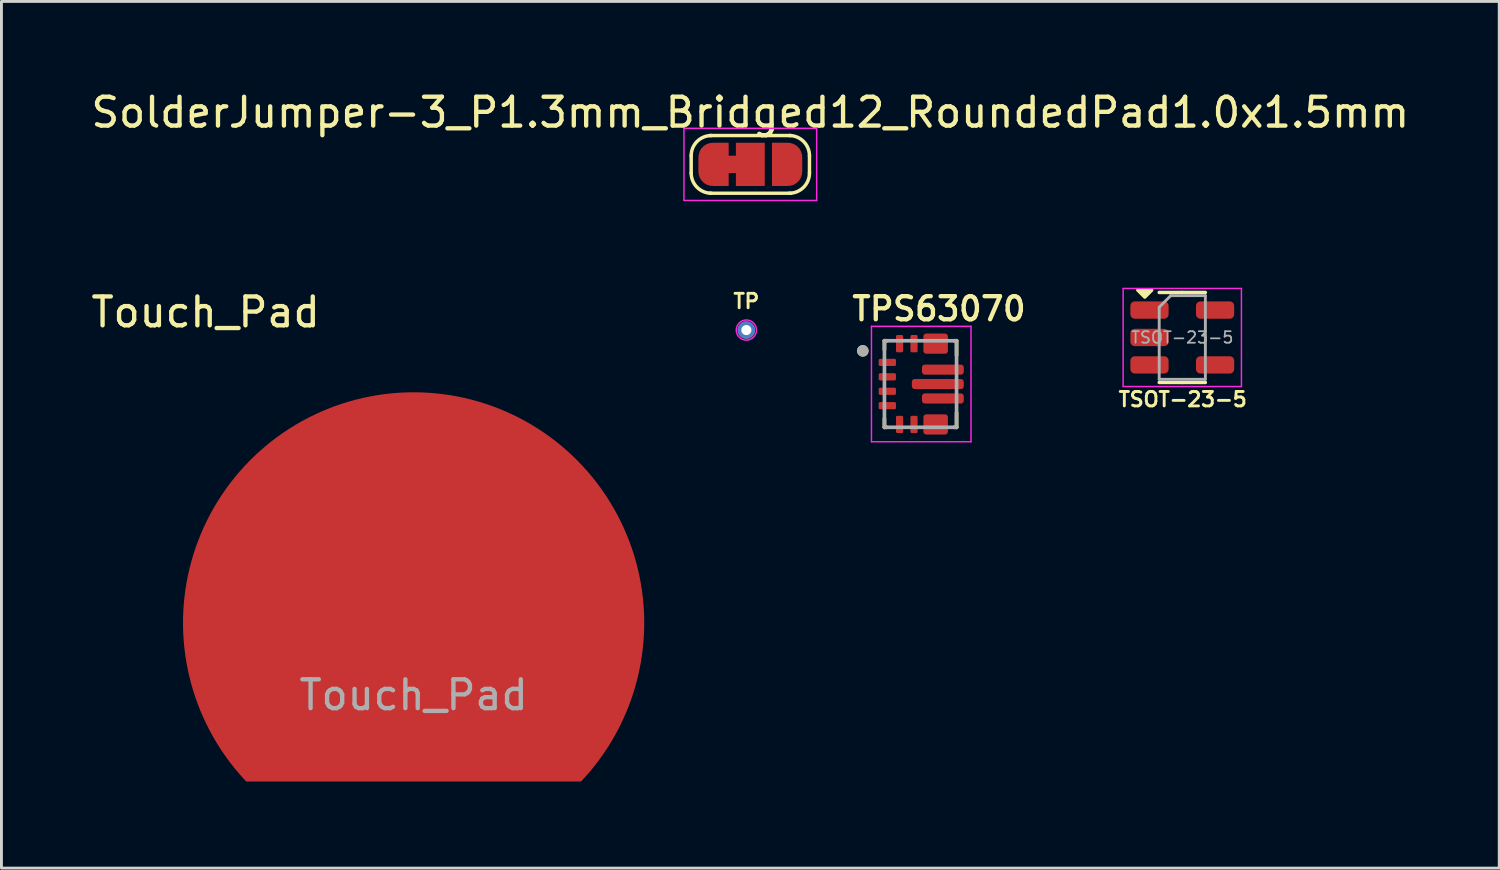
<source format=kicad_pcb>
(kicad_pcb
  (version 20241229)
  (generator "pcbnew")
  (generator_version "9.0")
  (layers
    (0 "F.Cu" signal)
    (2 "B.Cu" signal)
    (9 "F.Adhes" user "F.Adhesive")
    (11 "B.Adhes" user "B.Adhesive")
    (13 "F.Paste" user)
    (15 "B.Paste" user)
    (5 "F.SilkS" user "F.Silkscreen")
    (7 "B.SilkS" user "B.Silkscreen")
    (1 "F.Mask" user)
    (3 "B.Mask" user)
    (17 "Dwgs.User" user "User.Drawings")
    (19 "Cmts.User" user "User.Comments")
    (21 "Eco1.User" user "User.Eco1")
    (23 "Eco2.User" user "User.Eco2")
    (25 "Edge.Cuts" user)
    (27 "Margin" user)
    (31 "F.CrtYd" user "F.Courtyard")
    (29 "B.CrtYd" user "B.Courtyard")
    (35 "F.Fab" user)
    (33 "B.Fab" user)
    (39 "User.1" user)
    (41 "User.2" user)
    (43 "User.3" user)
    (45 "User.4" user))
  (footprint "TPS63070"
    (layer "F.Cu")
    (at 28.857 10.262)
    (property "Reference" "TPS63070" (at 0.64 -2.608 0) (layer "F.SilkS") (effects (font (size 0.8 0.8) (thickness 0.15))))
    (attr smd)
    (fp_line (start -1.25 -1.5) (end -1.25 -1.195) (stroke (width 0.127) (type solid)) (layer "F.SilkS"))
    (fp_line (start -1.25 1.5) (end -1.25 1.195) (stroke (width 0.127) (type solid)) (layer "F.SilkS"))
    (fp_line (start -1.17 -1.5) (end -1.25 -1.5) (stroke (width 0.127) (type solid)) (layer "F.SilkS"))
    (fp_line (start -1.17 1.5) (end -1.25 1.5) (stroke (width 0.127) (type solid)) (layer "F.SilkS"))
    (fp_line (start 1.17 -1.5) (end 1.25 -1.5) (stroke (width 0.127) (type solid)) (layer "F.SilkS"))
    (fp_line (start 1.25 -1.5) (end 1.25 -0.995) (stroke (width 0.127) (type solid)) (layer "F.SilkS"))
    (fp_line (start 1.25 0.995) (end 1.25 1.5) (stroke (width 0.127) (type solid)) (layer "F.SilkS"))
    (fp_line (start 1.25 1.5) (end 1.17 1.5) (stroke (width 0.127) (type solid)) (layer "F.SilkS"))
    (fp_circle (center -2 -1.15) (end -1.9 -1.15) (stroke (width 0.2) (type solid)) (fill no) (layer "F.SilkS"))
    (fp_line (start -1.7 -2) (end 1.75 -2) (stroke (width 0.05) (type solid)) (layer "F.CrtYd"))
    (fp_line (start -1.7 2) (end -1.7 -2) (stroke (width 0.05) (type solid)) (layer "F.CrtYd"))
    (fp_line (start 1.75 -2) (end 1.75 2) (stroke (width 0.05) (type solid)) (layer "F.CrtYd"))
    (fp_line (start 1.75 2) (end -1.7 2) (stroke (width 0.05) (type solid)) (layer "F.CrtYd"))
    (fp_line (start -1.25 -1.5) (end 1.25 -1.5) (stroke (width 0.127) (type solid)) (layer "F.Fab"))
    (fp_line (start -1.25 1.5) (end -1.25 -1.5) (stroke (width 0.127) (type solid)) (layer "F.Fab"))
    (fp_line (start 1.25 -1.5) (end 1.25 1.5) (stroke (width 0.127) (type solid)) (layer "F.Fab"))
    (fp_line (start 1.25 1.5) (end -1.25 1.5) (stroke (width 0.127) (type solid)) (layer "F.Fab"))
    (fp_circle (center -2 -1.15) (end -1.9 -1.15) (stroke (width 0.2) (type solid)) (fill no) (layer "F.Fab"))
    (pad "1" smd roundrect (at -1.15 -0.75) (size 0.6 0.25) (layers "F.Cu" "F.Mask" "F.Paste") (roundrect_rratio 0.2))
    (pad "2" smd roundrect (at -1.15 -0.25) (size 0.6 0.25) (layers "F.Cu" "F.Mask" "F.Paste") (roundrect_rratio 0.2))
    (pad "3" smd roundrect (at -1.15 0.25) (size 0.6 0.25) (layers "F.Cu" "F.Mask" "F.Paste") (roundrect_rratio 0.2))
    (pad "4" smd roundrect (at -1.15 0.75) (size 0.6 0.25) (layers "F.Cu" "F.Mask" "F.Paste") (roundrect_rratio 0.2))
    (pad "5" smd roundrect (at -0.725 1.4) (size 0.25 0.6) (layers "F.Cu" "F.Mask" "F.Paste") (roundrect_rratio 0.2))
    (pad "6" smd roundrect (at -0.225 1.4) (size 0.25 0.6) (layers "F.Cu" "F.Mask" "F.Paste") (roundrect_rratio 0.2))
    (pad "7,8" smd roundrect (at 0.275 1.4) (size 0.25 0.6) (layers "F.Cu" "F.Mask" "F.Paste") (roundrect_rratio 0.2))
    (pad "7,8" smd roundrect (at 0.51 1.225 90) (size 0.25 0.6) (layers "F.Cu" "F.Mask" "F.Paste") (roundrect_rratio 0.2))
    (pad "7,8" smd roundrect (at 0.525 1.4) (size 0.85 0.7) (layers "F.Cu") (roundrect_rratio 0.143))
    (pad "7,8" smd roundrect (at 0.775 1.4) (size 0.25 0.6) (layers "F.Cu" "F.Mask" "F.Paste") (roundrect_rratio 0.2))
    (pad "9" smd roundrect (at 0.388 0.5) (size 0.575 0.25) (layers "F.Cu" "F.Paste") (roundrect_rratio 0.2))
    (pad "9" smd roundrect (at 0.775 0.5) (size 1.45 0.35) (layers "F.Cu" "F.Mask") (roundrect_rratio 0.286))
    (pad "9" smd roundrect (at 1.163 0.5) (size 0.575 0.25) (layers "F.Cu" "F.Paste") (roundrect_rratio 0.2))
    (pad "10" smd roundrect (at 0.14 0) (size 0.72 0.25) (layers "F.Cu" "F.Paste") (roundrect_rratio 0.2))
    (pad "10" smd roundrect (at 0.6 0) (size 1.8 0.35) (layers "F.Cu" "F.Mask") (roundrect_rratio 0.286))
    (pad "10" smd roundrect (at 1.06 0) (size 0.72 0.25) (layers "F.Cu" "F.Paste") (roundrect_rratio 0.2))
    (pad "11" smd roundrect (at 0.388 -0.5) (size 0.575 0.25) (layers "F.Cu" "F.Paste") (roundrect_rratio 0.2))
    (pad "11" smd roundrect (at 0.775 -0.5) (size 1.45 0.35) (layers "F.Cu" "F.Mask") (roundrect_rratio 0.286))
    (pad "11" smd roundrect (at 1.163 -0.5) (size 0.575 0.25) (layers "F.Cu" "F.Paste") (roundrect_rratio 0.2))
    (pad "12,13" smd roundrect (at 0.275 -1.4) (size 0.25 0.6) (layers "F.Cu" "F.Mask" "F.Paste") (roundrect_rratio 0.2))
    (pad "12,13" smd roundrect (at 0.51 -1.225 90) (size 0.25 0.6) (layers "F.Cu" "F.Mask" "F.Paste") (roundrect_rratio 0.2))
    (pad "12,13" smd roundrect (at 0.525 -1.4) (size 0.85 0.7) (layers "F.Cu") (roundrect_rratio 0.143))
    (pad "12,13" smd roundrect (at 0.775 -1.4) (size 0.25 0.6) (layers "F.Cu" "F.Mask" "F.Paste") (roundrect_rratio 0.2))
    (pad "14" smd roundrect (at -0.225 -1.4) (size 0.25 0.6) (layers "F.Cu" "F.Mask" "F.Paste") (roundrect_rratio 0.2))
    (pad "15" smd roundrect (at -0.725 -1.4) (size 0.25 0.6) (layers "F.Cu" "F.Mask" "F.Paste") (roundrect_rratio 0.2)))
  (footprint "Touch_Pad"
    (layer "F.Cu")
    (at 11.287 18.541)
    (property "Reference" "Touch_Pad" (at -7.21 -10.77 0) (unlocked yes) (layer "F.SilkS") (effects (font (size 1 1) (thickness 0.15))))
    (fp_text user "${REFERENCE}" (at 0 2.5 0) (unlocked yes) (layer "F.Fab") (effects (font (size 1 1) (thickness 0.15))))
    (pad "1" smd custom (at 0 0) (size 2 2) (layers "F.Cu") (options (anchor circle)) (primitives (gr_poly (pts (arc (start 5.8 5.5) (mid 0 -7.993122) (end -5.8 5.5))) (width 0) (fill yes)))))
  (footprint "TSOT-23-5"
    (layer "F.Cu")
    (at 37.931 8.648)
    (property "Reference" "TSOT-23-5" (at 0.015 2.145 180) (layer "F.SilkS") (effects (font (size 0.5 0.5) (thickness 0.1))))
    (attr smd)
    (fp_line (start 0 -1.56) (end -0.8 -1.56) (stroke (width 0.12) (type solid)) (layer "F.SilkS"))
    (fp_line (start 0 -1.56) (end 0.8 -1.56) (stroke (width 0.12) (type solid)) (layer "F.SilkS"))
    (fp_line (start 0 1.56) (end -0.8 1.56) (stroke (width 0.12) (type solid)) (layer "F.SilkS"))
    (fp_line (start 0 1.56) (end 0.8 1.56) (stroke (width 0.12) (type solid)) (layer "F.SilkS"))
    (fp_poly (pts (xy -1.3 -1.4) (xy -1.54 -1.64) (xy -1.06 -1.64) (xy -1.3 -1.4)) (stroke (width 0.12) (type solid)) (fill yes) (layer "F.SilkS"))
    (fp_line (start -2.05 -1.7) (end -2.05 1.7) (stroke (width 0.05) (type solid)) (layer "F.CrtYd"))
    (fp_line (start -2.05 1.7) (end 2.05 1.7) (stroke (width 0.05) (type solid)) (layer "F.CrtYd"))
    (fp_line (start 2.05 -1.7) (end -2.05 -1.7) (stroke (width 0.05) (type solid)) (layer "F.CrtYd"))
    (fp_line (start 2.05 1.7) (end 2.05 -1.7) (stroke (width 0.05) (type solid)) (layer "F.CrtYd"))
    (fp_line (start -0.8 -1.05) (end -0.4 -1.45) (stroke (width 0.1) (type solid)) (layer "F.Fab"))
    (fp_line (start -0.8 1.45) (end -0.8 -1.05) (stroke (width 0.1) (type solid)) (layer "F.Fab"))
    (fp_line (start -0.4 -1.45) (end 0.8 -1.45) (stroke (width 0.1) (type solid)) (layer "F.Fab"))
    (fp_line (start 0.8 -1.45) (end 0.8 1.45) (stroke (width 0.1) (type solid)) (layer "F.Fab"))
    (fp_line (start 0.8 1.45) (end -0.8 1.45) (stroke (width 0.1) (type solid)) (layer "F.Fab"))
    (fp_text user "${REFERENCE}" (at 0 0 0) (layer "F.Fab") (effects (font (size 0.4 0.4) (thickness 0.06))))
    (pad "1" smd roundrect (at -1.137 -0.95) (size 1.325 0.6) (layers "F.Cu" "F.Mask" "F.Paste") (roundrect_rratio 0.25))
    (pad "2" smd roundrect (at -1.137 0) (size 1.325 0.6) (layers "F.Cu" "F.Mask" "F.Paste") (roundrect_rratio 0.25))
    (pad "3" smd roundrect (at -1.137 0.95) (size 1.325 0.6) (layers "F.Cu" "F.Mask" "F.Paste") (roundrect_rratio 0.25))
    (pad "4" smd roundrect (at 1.137 0.95) (size 1.325 0.6) (layers "F.Cu" "F.Mask" "F.Paste") (roundrect_rratio 0.25))
    (pad "5" smd roundrect (at 1.137 -0.95) (size 1.325 0.6) (layers "F.Cu" "F.Mask" "F.Paste") (roundrect_rratio 0.25)))
  (footprint "SolderJumper-3_P1.3mm_Bridged12_RoundedPad1.0x1.5mm"
    (layer "F.Cu")
    (at 22.958 2.648)
    (property "Reference" "SolderJumper-3_P1.3mm_Bridged12_RoundedPad1.0x1.5mm" (at 0 -1.8 0) (layer "F.SilkS") (effects (font (size 1 1) (thickness 0.15))))
    (attr exclude_from_pos_files exclude_from_bom allow_soldermask_bridges)
    (fp_poly (pts (xy -0.9 -0.3) (xy -0.4 -0.3) (xy -0.4 0.3) (xy -0.9 0.3)) (stroke (width 0) (type solid)) (fill yes) (layer "F.Cu"))
    (fp_rect (start -0.75 -0.75) (end 0.75 0.75) (stroke (width 0) (type default)) (fill yes) (layer "F.Mask"))
    (fp_line (start -2.05 0.3) (end -2.05 -0.3) (stroke (width 0.12) (type solid)) (layer "F.SilkS"))
    (fp_line (start -1.4 -1) (end 1.4 -1) (stroke (width 0.12) (type solid)) (layer "F.SilkS"))
    (fp_line (start 1.4 1) (end -1.4 1) (stroke (width 0.12) (type solid)) (layer "F.SilkS"))
    (fp_line (start 2.05 -0.3) (end 2.05 0.3) (stroke (width 0.12) (type solid)) (layer "F.SilkS"))
    (fp_arc (start -2.05 -0.3) (mid -1.844975 -0.794975) (end -1.35 -1) (stroke (width 0.12) (type solid)) (layer "F.SilkS"))
    (fp_arc (start -1.35 1) (mid -1.844975 0.794975) (end -2.05 0.3) (stroke (width 0.12) (type solid)) (layer "F.SilkS"))
    (fp_arc (start 1.35 -1) (mid 1.844975 -0.794975) (end 2.05 -0.3) (stroke (width 0.12) (type solid)) (layer "F.SilkS"))
    (fp_arc (start 2.05 0.3) (mid 1.844975 0.794975) (end 1.35 1) (stroke (width 0.12) (type solid)) (layer "F.SilkS"))
    (fp_line (start -2.3 -1.25) (end -2.3 1.25) (stroke (width 0.05) (type solid)) (layer "F.CrtYd"))
    (fp_line (start -2.3 -1.25) (end 2.3 -1.25) (stroke (width 0.05) (type solid)) (layer "F.CrtYd"))
    (fp_line (start 2.3 1.25) (end -2.3 1.25) (stroke (width 0.05) (type solid)) (layer "F.CrtYd"))
    (fp_line (start 2.3 1.25) (end 2.3 -1.25) (stroke (width 0.05) (type solid)) (layer "F.CrtYd"))
    (pad "1" smd custom (at -1.3 0) (size 1 0.5) (layers "F.Cu" "F.Mask") (options (anchor rect)) (primitives (gr_circle (center 0 0.25) (end 0.5 0.25) (width 0) (fill yes)) (gr_circle (center 0 -0.25) (end 0.5 -0.25) (width 0) (fill yes)) (gr_poly (pts (xy 0.55 0.75) (xy 0 0.75) (xy 0 -0.75) (xy 0.55 -0.75)) (width 0) (fill yes))))
    (pad "2" smd rect (at 0 0) (size 1 1.5) (layers "F.Cu" "F.Mask"))
    (pad "3" smd custom (at 1.3 0) (size 1 0.5) (layers "F.Cu" "F.Mask") (options (anchor rect)) (primitives (gr_circle (center 0 0.25) (end 0.5 0.25) (width 0) (fill yes)) (gr_circle (center 0 -0.25) (end 0.5 -0.25) (width 0) (fill yes)) (gr_poly (pts (xy 0 0.75) (xy -0.55 0.75) (xy -0.55 -0.75) (xy 0 -0.75)) (width 0) (fill yes)))))
  (footprint "TP"
    (layer "F.Cu")
    (at 22.821 8.391)
    (property "Reference" "TP" (at 0 -1 0) (layer "F.SilkS") (effects (font (size 0.5 0.5) (thickness 0.1))))
    (attr exclude_from_pos_files exclude_from_bom)
    (fp_circle (center 0 0) (end 0.35 0) (stroke (width 0.05) (type solid)) (fill no) (layer "F.CrtYd"))
    (pad "1" thru_hole circle (at 0 0) (size 0.61 0.61) (drill 0.35) (layers "*.Cu" "*.Mask")))
  (gr_rect
    (start -3 -3)
    (end 48.917 27.041)
    (stroke (width 0.1) (type default))
    (fill no)
    (layer "Edge.Cuts")))
</source>
